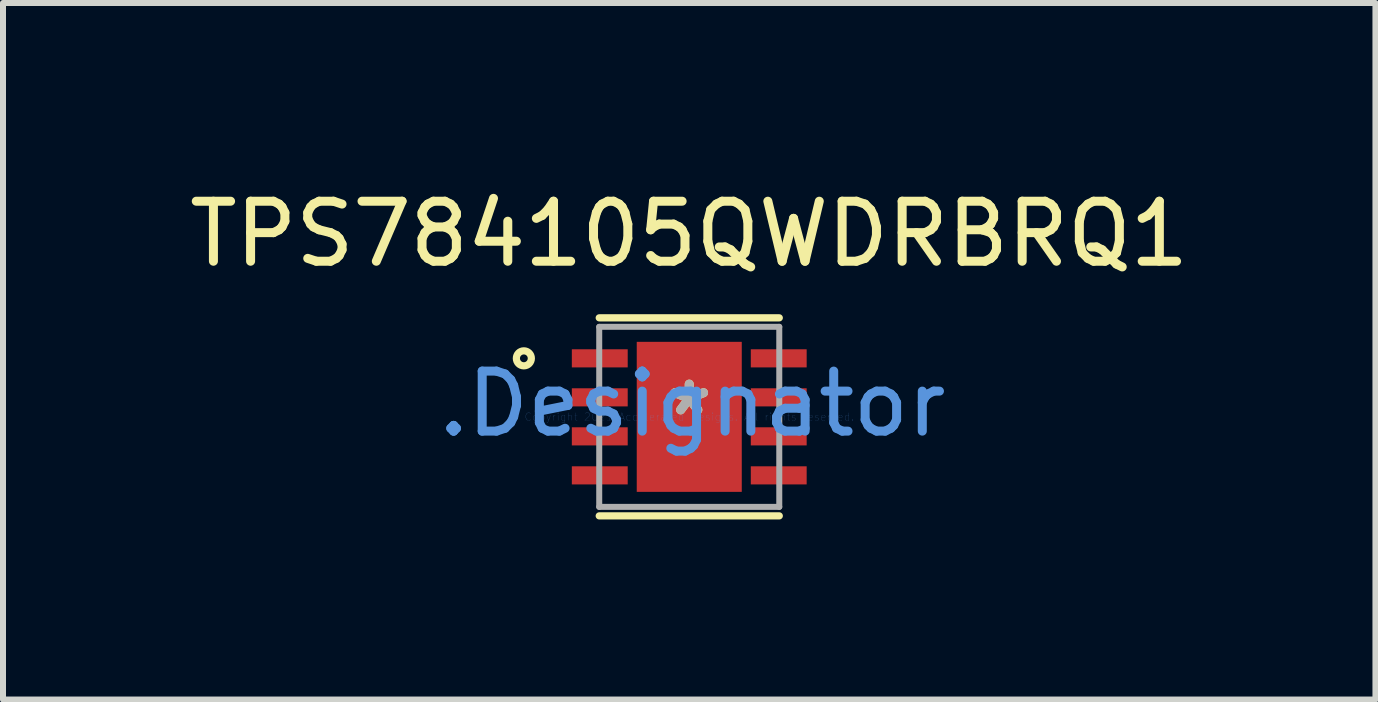
<source format=kicad_pcb>
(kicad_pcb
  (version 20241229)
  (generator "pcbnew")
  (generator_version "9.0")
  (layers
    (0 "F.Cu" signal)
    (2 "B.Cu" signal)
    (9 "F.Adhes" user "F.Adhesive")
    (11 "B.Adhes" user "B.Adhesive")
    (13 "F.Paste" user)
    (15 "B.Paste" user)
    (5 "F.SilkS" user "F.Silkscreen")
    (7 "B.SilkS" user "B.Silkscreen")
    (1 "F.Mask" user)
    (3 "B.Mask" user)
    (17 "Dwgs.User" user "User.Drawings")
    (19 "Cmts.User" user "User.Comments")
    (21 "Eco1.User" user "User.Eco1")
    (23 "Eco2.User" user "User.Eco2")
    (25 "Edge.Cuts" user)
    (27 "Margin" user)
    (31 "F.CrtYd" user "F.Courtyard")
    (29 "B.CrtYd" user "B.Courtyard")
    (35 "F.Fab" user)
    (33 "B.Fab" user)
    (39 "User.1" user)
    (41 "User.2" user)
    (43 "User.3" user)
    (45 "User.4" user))
  (footprint "TPS784105QWDRBRQ1"
    (layer "F.Cu")
    (at 8.435 3.896)
    (property "Reference" "TPS784105QWDRBRQ1" (at 0 -3.048 0) (layer "F.SilkS") (effects (font (size 1 1) (thickness 0.15))))
    (attr smd)
    (fp_line (start -1.5 -1.65) (end 1.5 -1.65) (stroke (width 0.12) (type solid)) (layer "F.SilkS"))
    (fp_line (start -1.5 1.65) (end 1.5 1.65) (stroke (width 0.12) (type solid)) (layer "F.SilkS"))
    (fp_circle (center -2.756 -0.975) (end -2.631 -0.975) (stroke (width 0.12) (type solid)) (fill no) (layer "F.SilkS"))
    (fp_poly (pts (xy -0.5 0.875) (xy 0.5 0.875) (xy 0.5 -0.875) (xy -0.5 -0.875)) (stroke (width 0.1) (type solid)) (fill yes) (layer "F.Paste"))
    (fp_line (start -1.5 -1.5) (end 1.5 -1.5) (stroke (width 0.1) (type solid)) (layer "F.Fab"))
    (fp_line (start -1.5 1.5) (end -1.5 -1.5) (stroke (width 0.1) (type solid)) (layer "F.Fab"))
    (fp_line (start -1.5 1.5) (end 1.5 1.5) (stroke (width 0.1) (type solid)) (layer "F.Fab"))
    (fp_line (start 1.5 1.5) (end 1.5 -1.5) (stroke (width 0.1) (type solid)) (layer "F.Fab"))
    (fp_text user "*" (at 0 0 0) (layer "F.SilkS") (effects (font (size 1 1) (thickness 0.15))))
    (fp_text user ".Designator" (at 0.05 -0.217 0) (layer "Cmts.User") (effects (font (size 1 1) (thickness 0.15))))
    (fp_text user "Copyright 2021 Accelerated Designs. All rights reserved." (at 0 0 0) (layer "Cmts.User") (effects (font (size 0.127 0.127) (thickness 0.002))))
    (fp_text user "*" (at 0 0 0) (layer "F.Fab") (effects (font (size 1 1) (thickness 0.15))))
    (pad "1" smd rect (at -1.491 -0.975) (size 0.931 0.302) (layers "F.Cu" "F.Mask" "F.Paste"))
    (pad "2" smd rect (at -1.491 -0.325) (size 0.931 0.302) (layers "F.Cu" "F.Mask" "F.Paste"))
    (pad "3" smd rect (at -1.491 0.325) (size 0.931 0.302) (layers "F.Cu" "F.Mask" "F.Paste"))
    (pad "4" smd rect (at -1.491 0.975) (size 0.931 0.302) (layers "F.Cu" "F.Mask" "F.Paste"))
    (pad "5" smd rect (at 1.491 0.975) (size 0.931 0.302) (layers "F.Cu" "F.Mask" "F.Paste"))
    (pad "6" smd rect (at 1.491 0.325) (size 0.931 0.302) (layers "F.Cu" "F.Mask" "F.Paste"))
    (pad "7" smd rect (at 1.491 -0.325) (size 0.931 0.302) (layers "F.Cu" "F.Mask" "F.Paste"))
    (pad "8" smd rect (at 1.491 -0.975) (size 0.931 0.302) (layers "F.Cu" "F.Mask" "F.Paste"))
    (pad "9" smd rect (at 0 0) (size 1.75 2.5) (layers "F.Cu" "F.Mask")))
  (gr_rect
    (start -3 -3)
    (end 19.869 8.606)
    (stroke (width 0.1) (type default))
    (fill no)
    (layer "Edge.Cuts")))
</source>
